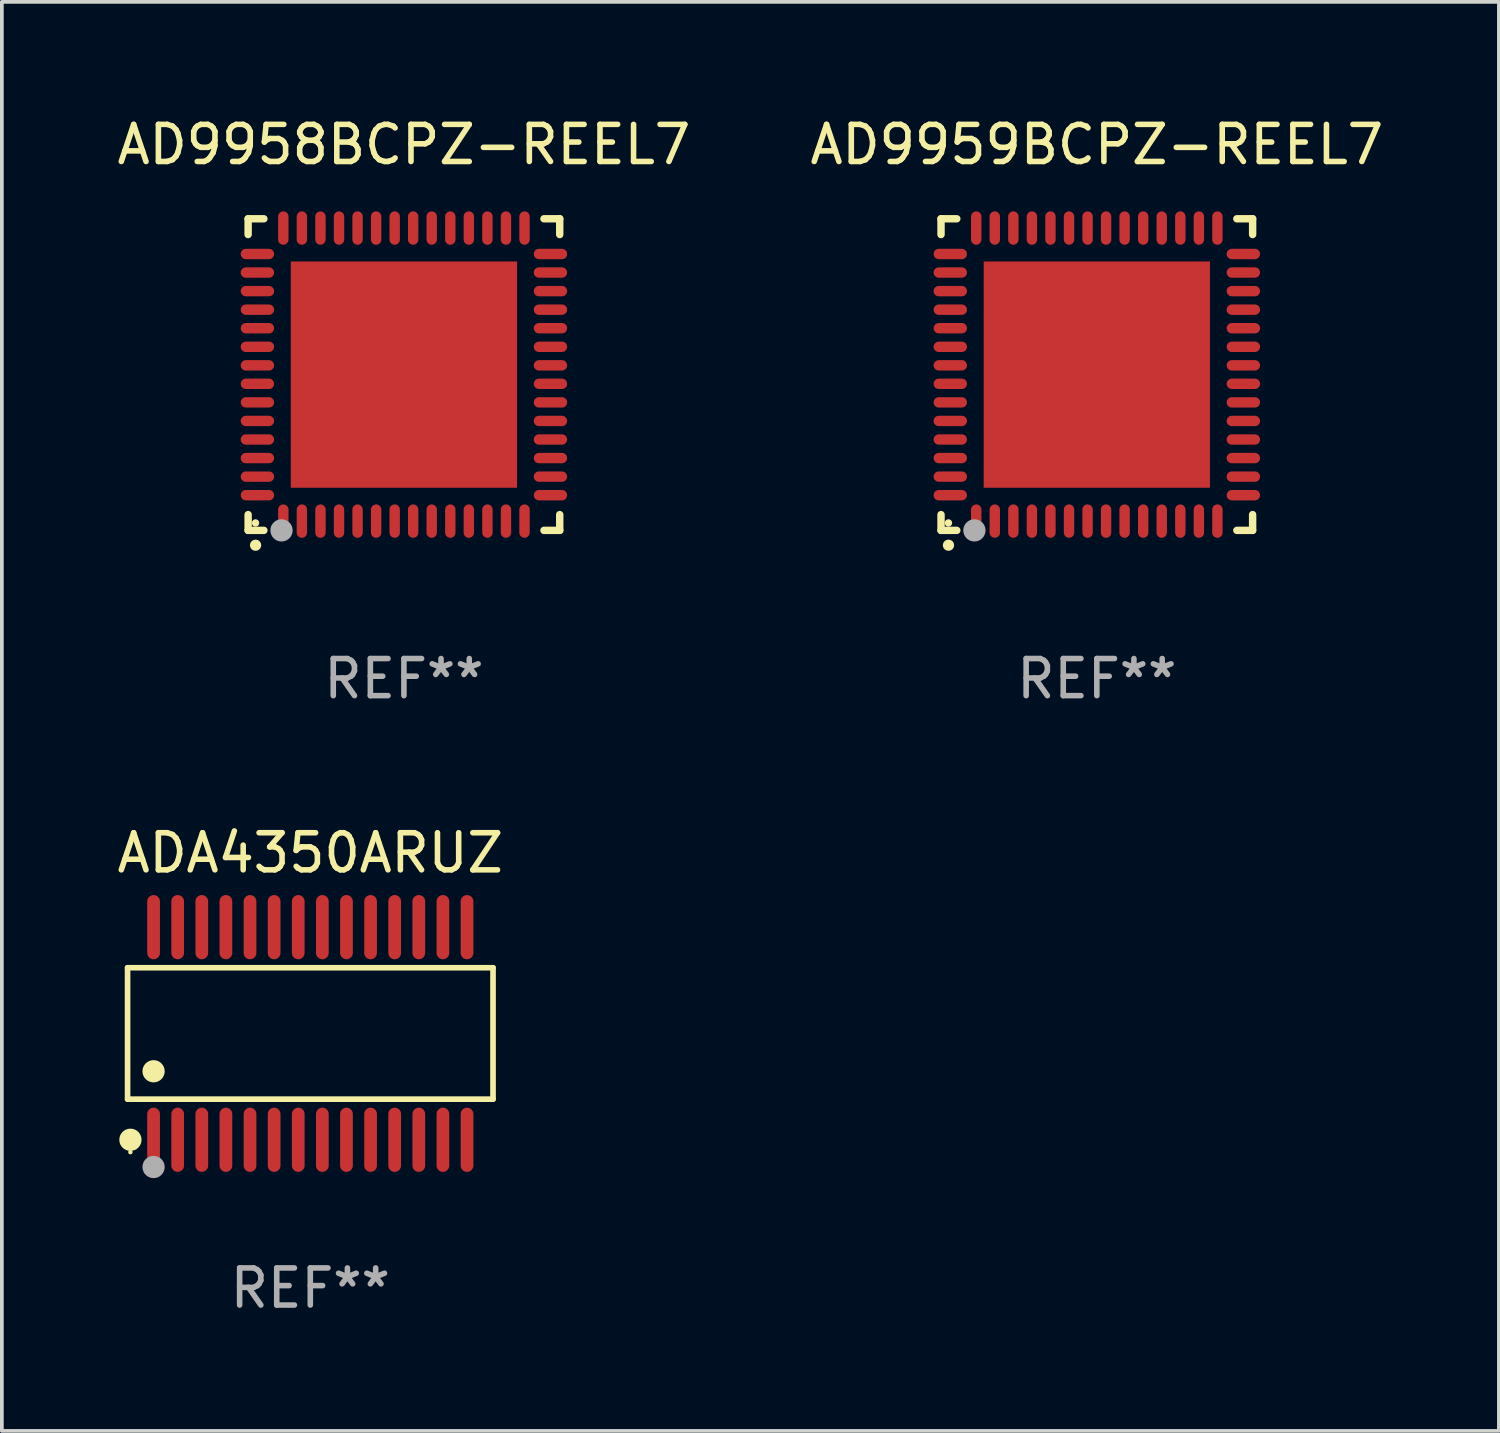
<source format=kicad_pcb>
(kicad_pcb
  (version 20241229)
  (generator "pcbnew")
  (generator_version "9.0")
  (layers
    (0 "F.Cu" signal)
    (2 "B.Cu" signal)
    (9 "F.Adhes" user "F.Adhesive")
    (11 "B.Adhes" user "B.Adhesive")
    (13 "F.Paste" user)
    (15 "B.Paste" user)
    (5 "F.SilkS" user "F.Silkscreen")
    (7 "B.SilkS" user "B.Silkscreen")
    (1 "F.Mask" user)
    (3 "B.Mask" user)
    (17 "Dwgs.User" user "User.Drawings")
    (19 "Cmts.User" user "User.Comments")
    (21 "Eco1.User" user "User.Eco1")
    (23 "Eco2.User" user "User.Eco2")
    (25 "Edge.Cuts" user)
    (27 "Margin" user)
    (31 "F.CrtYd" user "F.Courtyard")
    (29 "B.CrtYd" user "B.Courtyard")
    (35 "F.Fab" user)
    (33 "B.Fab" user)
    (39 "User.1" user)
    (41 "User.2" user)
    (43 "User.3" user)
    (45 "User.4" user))
  (footprint "ADA4350ARUZ"
    (layer "F.Cu")
    (at 5.315 24.81)
    (property "Reference" "ADA4350ARUZ" (at 0 -4.866 0) (layer "F.SilkS") (effects (font (size 1 1) (thickness 0.15))))
    (attr through_hole)
    (fp_line (start -4.926 -1.772) (end 4.926 -1.772) (stroke (width 0.152) (type solid)) (layer "F.SilkS"))
    (fp_line (start -4.926 1.771) (end -4.926 -1.772) (stroke (width 0.152) (type solid)) (layer "F.SilkS"))
    (fp_line (start 4.926 -1.772) (end 4.926 1.771) (stroke (width 0.152) (type solid)) (layer "F.SilkS"))
    (fp_line (start 4.926 1.771) (end -4.926 1.771) (stroke (width 0.152) (type solid)) (layer "F.SilkS"))
    (fp_circle (center -4.85 3.2) (end -4.82 3.2) (stroke (width 0.06) (type solid)) (fill no) (layer "F.SilkS"))
    (fp_circle (center -4.849 2.866) (end -4.699 2.866) (stroke (width 0.3) (type solid)) (fill no) (layer "F.SilkS"))
    (fp_circle (center -4.225 1.019) (end -4.075 1.019) (stroke (width 0.3) (type solid)) (fill no) (layer "F.SilkS"))
    (fp_circle (center -4.225 3.6) (end -4.075 3.6) (stroke (width 0.3) (type solid)) (fill no) (layer "F.Fab"))
    (fp_text user "REF**" (at 0 6.866 0) (layer "F.Fab") (effects (font (size 1 1) (thickness 0.15))))
    (pad "1" smd oval (at -4.225 2.866) (size 0.343 1.731) (layers "F.Cu" "F.Mask" "F.Paste"))
    (pad "2" smd oval (at -3.575 2.866) (size 0.343 1.731) (layers "F.Cu" "F.Mask" "F.Paste"))
    (pad "3" smd oval (at -2.925 2.866) (size 0.343 1.731) (layers "F.Cu" "F.Mask" "F.Paste"))
    (pad "4" smd oval (at -2.275 2.866) (size 0.343 1.731) (layers "F.Cu" "F.Mask" "F.Paste"))
    (pad "5" smd oval (at -1.625 2.866) (size 0.343 1.731) (layers "F.Cu" "F.Mask" "F.Paste"))
    (pad "6" smd oval (at -0.975 2.866) (size 0.343 1.731) (layers "F.Cu" "F.Mask" "F.Paste"))
    (pad "7" smd oval (at -0.325 2.866) (size 0.343 1.731) (layers "F.Cu" "F.Mask" "F.Paste"))
    (pad "8" smd oval (at 0.325 2.866) (size 0.343 1.731) (layers "F.Cu" "F.Mask" "F.Paste"))
    (pad "9" smd oval (at 0.975 2.866) (size 0.343 1.731) (layers "F.Cu" "F.Mask" "F.Paste"))
    (pad "10" smd oval (at 1.625 2.866) (size 0.343 1.731) (layers "F.Cu" "F.Mask" "F.Paste"))
    (pad "11" smd oval (at 2.275 2.866) (size 0.343 1.731) (layers "F.Cu" "F.Mask" "F.Paste"))
    (pad "12" smd oval (at 2.925 2.866) (size 0.343 1.731) (layers "F.Cu" "F.Mask" "F.Paste"))
    (pad "13" smd oval (at 3.575 2.866) (size 0.343 1.731) (layers "F.Cu" "F.Mask" "F.Paste"))
    (pad "14" smd oval (at 4.225 2.866) (size 0.343 1.731) (layers "F.Cu" "F.Mask" "F.Paste"))
    (pad "15" smd oval (at 4.225 -2.866) (size 0.343 1.731) (layers "F.Cu" "F.Mask" "F.Paste"))
    (pad "16" smd oval (at 3.575 -2.866) (size 0.343 1.731) (layers "F.Cu" "F.Mask" "F.Paste"))
    (pad "17" smd oval (at 2.925 -2.866) (size 0.343 1.731) (layers "F.Cu" "F.Mask" "F.Paste"))
    (pad "18" smd oval (at 2.275 -2.866) (size 0.343 1.731) (layers "F.Cu" "F.Mask" "F.Paste"))
    (pad "19" smd oval (at 1.625 -2.866) (size 0.343 1.731) (layers "F.Cu" "F.Mask" "F.Paste"))
    (pad "20" smd oval (at 0.975 -2.866) (size 0.343 1.731) (layers "F.Cu" "F.Mask" "F.Paste"))
    (pad "21" smd oval (at 0.325 -2.866) (size 0.343 1.731) (layers "F.Cu" "F.Mask" "F.Paste"))
    (pad "22" smd oval (at -0.325 -2.866) (size 0.343 1.731) (layers "F.Cu" "F.Mask" "F.Paste"))
    (pad "23" smd oval (at -0.975 -2.866) (size 0.343 1.731) (layers "F.Cu" "F.Mask" "F.Paste"))
    (pad "24" smd oval (at -1.625 -2.866) (size 0.343 1.731) (layers "F.Cu" "F.Mask" "F.Paste"))
    (pad "25" smd oval (at -2.275 -2.866) (size 0.343 1.731) (layers "F.Cu" "F.Mask" "F.Paste"))
    (pad "26" smd oval (at -2.925 -2.866) (size 0.343 1.731) (layers "F.Cu" "F.Mask" "F.Paste"))
    (pad "27" smd oval (at -3.575 -2.866) (size 0.343 1.731) (layers "F.Cu" "F.Mask" "F.Paste"))
    (pad "28" smd oval (at -4.225 -2.866) (size 0.343 1.731) (layers "F.Cu" "F.Mask" "F.Paste")))
  (footprint "AD9959BCPZ-REEL7"
    (layer "F.Cu")
    (at 26.518 7.048)
    (property "Reference" "AD9959BCPZ-REEL7" (at 0 -6.2 0) (layer "F.SilkS") (effects (font (size 1 1) (thickness 0.15))))
    (attr through_hole)
    (fp_line (start -4.2 -4.2) (end -4.2 -3.775) (stroke (width 0.2) (type solid)) (layer "F.SilkS"))
    (fp_line (start -4.2 4.2) (end -4.2 3.775) (stroke (width 0.2) (type solid)) (layer "F.SilkS"))
    (fp_line (start -3.775 -4.2) (end -4.2 -4.2) (stroke (width 0.2) (type solid)) (layer "F.SilkS"))
    (fp_line (start -3.775 4.2) (end -4.2 4.2) (stroke (width 0.2) (type solid)) (layer "F.SilkS"))
    (fp_line (start 3.775 4.2) (end 4.2 4.2) (stroke (width 0.2) (type solid)) (layer "F.SilkS"))
    (fp_line (start 4.2 -4.2) (end 3.775 -4.2) (stroke (width 0.2) (type solid)) (layer "F.SilkS"))
    (fp_line (start 4.2 -3.775) (end 4.2 -4.2) (stroke (width 0.2) (type solid)) (layer "F.SilkS"))
    (fp_line (start 4.2 4.2) (end 4.2 3.775) (stroke (width 0.2) (type solid)) (layer "F.SilkS"))
    (fp_arc (start -4.000508 4.599949) (mid -3.999238 4.599944) (end -3.997968 4.599949) (stroke (width 0.3) (type solid)) (layer "F.SilkS"))
    (fp_circle (center -4 4) (end -3.95 4) (stroke (width 0.1) (type solid)) (fill no) (layer "F.SilkS"))
    (fp_circle (center -3.3 4.2) (end -3.15 4.2) (stroke (width 0.3) (type solid)) (fill no) (layer "F.Fab"))
    (fp_text user "REF**" (at 0 8.2 0) (layer "F.Fab") (effects (font (size 1 1) (thickness 0.15))))
    (pad "1" smd oval (at -3.251 3.95 180) (size 0.28 0.9) (layers "F.Cu" "F.Mask" "F.Paste"))
    (pad "2" smd oval (at -2.751 3.95 180) (size 0.28 0.9) (layers "F.Cu" "F.Mask" "F.Paste"))
    (pad "3" smd oval (at -2.25 3.95 180) (size 0.28 0.9) (layers "F.Cu" "F.Mask" "F.Paste"))
    (pad "4" smd oval (at -1.75 3.95 180) (size 0.28 0.9) (layers "F.Cu" "F.Mask" "F.Paste"))
    (pad "5" smd oval (at -1.25 3.95 180) (size 0.28 0.9) (layers "F.Cu" "F.Mask" "F.Paste"))
    (pad "6" smd oval (at -0.749 3.95 180) (size 0.28 0.9) (layers "F.Cu" "F.Mask" "F.Paste"))
    (pad "7" smd oval (at -0.249 3.95 180) (size 0.28 0.9) (layers "F.Cu" "F.Mask" "F.Paste"))
    (pad "8" smd oval (at 0.249 3.95 180) (size 0.28 0.9) (layers "F.Cu" "F.Mask" "F.Paste"))
    (pad "9" smd oval (at 0.749 3.95 180) (size 0.28 0.9) (layers "F.Cu" "F.Mask" "F.Paste"))
    (pad "10" smd oval (at 1.25 3.95 180) (size 0.28 0.9) (layers "F.Cu" "F.Mask" "F.Paste"))
    (pad "11" smd oval (at 1.75 3.95 180) (size 0.28 0.9) (layers "F.Cu" "F.Mask" "F.Paste"))
    (pad "12" smd oval (at 2.251 3.95 180) (size 0.28 0.9) (layers "F.Cu" "F.Mask" "F.Paste"))
    (pad "13" smd oval (at 2.751 3.95 180) (size 0.28 0.9) (layers "F.Cu" "F.Mask" "F.Paste"))
    (pad "14" smd oval (at 3.251 3.95 180) (size 0.28 0.9) (layers "F.Cu" "F.Mask" "F.Paste"))
    (pad "15" smd oval (at 3.95 3.251 90) (size 0.28 0.9) (layers "F.Cu" "F.Mask" "F.Paste"))
    (pad "16" smd oval (at 3.95 2.751 90) (size 0.28 0.9) (layers "F.Cu" "F.Mask" "F.Paste"))
    (pad "17" smd oval (at 3.95 2.251 90) (size 0.28 0.9) (layers "F.Cu" "F.Mask" "F.Paste"))
    (pad "18" smd oval (at 3.95 1.75 90) (size 0.28 0.9) (layers "F.Cu" "F.Mask" "F.Paste"))
    (pad "19" smd oval (at 3.95 1.25 90) (size 0.28 0.9) (layers "F.Cu" "F.Mask" "F.Paste"))
    (pad "20" smd oval (at 3.95 0.749 90) (size 0.28 0.9) (layers "F.Cu" "F.Mask" "F.Paste"))
    (pad "21" smd oval (at 3.95 0.249 90) (size 0.28 0.9) (layers "F.Cu" "F.Mask" "F.Paste"))
    (pad "22" smd oval (at 3.95 -0.249 90) (size 0.28 0.9) (layers "F.Cu" "F.Mask" "F.Paste"))
    (pad "23" smd oval (at 3.95 -0.749 90) (size 0.28 0.9) (layers "F.Cu" "F.Mask" "F.Paste"))
    (pad "24" smd oval (at 3.95 -1.25 90) (size 0.28 0.9) (layers "F.Cu" "F.Mask" "F.Paste"))
    (pad "25" smd oval (at 3.95 -1.75 90) (size 0.28 0.9) (layers "F.Cu" "F.Mask" "F.Paste"))
    (pad "26" smd oval (at 3.95 -2.25 90) (size 0.28 0.9) (layers "F.Cu" "F.Mask" "F.Paste"))
    (pad "27" smd oval (at 3.95 -2.751 90) (size 0.28 0.9) (layers "F.Cu" "F.Mask" "F.Paste"))
    (pad "28" smd oval (at 3.95 -3.251 90) (size 0.28 0.9) (layers "F.Cu" "F.Mask" "F.Paste"))
    (pad "29" smd oval (at 3.251 -3.95 180) (size 0.28 0.9) (layers "F.Cu" "F.Mask" "F.Paste"))
    (pad "30" smd oval (at 2.751 -3.95 180) (size 0.28 0.9) (layers "F.Cu" "F.Mask" "F.Paste"))
    (pad "31" smd oval (at 2.251 -3.95 180) (size 0.28 0.9) (layers "F.Cu" "F.Mask" "F.Paste"))
    (pad "32" smd oval (at 1.75 -3.95 180) (size 0.28 0.9) (layers "F.Cu" "F.Mask" "F.Paste"))
    (pad "33" smd oval (at 1.25 -3.95 180) (size 0.28 0.9) (layers "F.Cu" "F.Mask" "F.Paste"))
    (pad "34" smd oval (at 0.749 -3.95 180) (size 0.28 0.9) (layers "F.Cu" "F.Mask" "F.Paste"))
    (pad "35" smd oval (at 0.249 -3.95 180) (size 0.28 0.9) (layers "F.Cu" "F.Mask" "F.Paste"))
    (pad "36" smd oval (at -0.249 -3.95 180) (size 0.28 0.9) (layers "F.Cu" "F.Mask" "F.Paste"))
    (pad "37" smd oval (at -0.749 -3.95 180) (size 0.28 0.9) (layers "F.Cu" "F.Mask" "F.Paste"))
    (pad "38" smd oval (at -1.25 -3.95 180) (size 0.28 0.9) (layers "F.Cu" "F.Mask" "F.Paste"))
    (pad "39" smd oval (at -1.75 -3.95 180) (size 0.28 0.9) (layers "F.Cu" "F.Mask" "F.Paste"))
    (pad "40" smd oval (at -2.25 -3.95 180) (size 0.28 0.9) (layers "F.Cu" "F.Mask" "F.Paste"))
    (pad "41" smd oval (at -2.751 -3.95 180) (size 0.28 0.9) (layers "F.Cu" "F.Mask" "F.Paste"))
    (pad "42" smd oval (at -3.251 -3.95 180) (size 0.28 0.9) (layers "F.Cu" "F.Mask" "F.Paste"))
    (pad "43" smd oval (at -3.95 -3.251 90) (size 0.28 0.9) (layers "F.Cu" "F.Mask" "F.Paste"))
    (pad "44" smd oval (at -3.95 -2.751 90) (size 0.28 0.9) (layers "F.Cu" "F.Mask" "F.Paste"))
    (pad "45" smd oval (at -3.95 -2.25 90) (size 0.28 0.9) (layers "F.Cu" "F.Mask" "F.Paste"))
    (pad "46" smd oval (at -3.95 -1.75 90) (size 0.28 0.9) (layers "F.Cu" "F.Mask" "F.Paste"))
    (pad "47" smd oval (at -3.95 -1.25 90) (size 0.28 0.9) (layers "F.Cu" "F.Mask" "F.Paste"))
    (pad "48" smd oval (at -3.95 -0.749 90) (size 0.28 0.9) (layers "F.Cu" "F.Mask" "F.Paste"))
    (pad "49" smd oval (at -3.95 -0.249 90) (size 0.28 0.9) (layers "F.Cu" "F.Mask" "F.Paste"))
    (pad "50" smd oval (at -3.95 0.249 90) (size 0.28 0.9) (layers "F.Cu" "F.Mask" "F.Paste"))
    (pad "51" smd oval (at -3.95 0.749 90) (size 0.28 0.9) (layers "F.Cu" "F.Mask" "F.Paste"))
    (pad "52" smd oval (at -3.95 1.25 90) (size 0.28 0.9) (layers "F.Cu" "F.Mask" "F.Paste"))
    (pad "53" smd oval (at -3.95 1.75 90) (size 0.28 0.9) (layers "F.Cu" "F.Mask" "F.Paste"))
    (pad "54" smd oval (at -3.95 2.251 90) (size 0.28 0.9) (layers "F.Cu" "F.Mask" "F.Paste"))
    (pad "55" smd oval (at -3.95 2.751 90) (size 0.28 0.9) (layers "F.Cu" "F.Mask" "F.Paste"))
    (pad "56" smd oval (at -3.95 3.251 90) (size 0.28 0.9) (layers "F.Cu" "F.Mask" "F.Paste"))
    (pad "57" smd rect (at 0.000076 0.000076 90) (size 6.1 6.1) (layers "F.Cu" "F.Mask" "F.Paste")))
  (footprint "AD9958BCPZ-REEL7"
    (layer "F.Cu")
    (at 7.839 7.048)
    (property "Reference" "AD9958BCPZ-REEL7" (at 0 -6.2 0) (layer "F.SilkS") (effects (font (size 1 1) (thickness 0.15))))
    (attr through_hole)
    (fp_line (start -4.2 -4.2) (end -4.2 -3.775) (stroke (width 0.2) (type solid)) (layer "F.SilkS"))
    (fp_line (start -4.2 4.2) (end -4.2 3.775) (stroke (width 0.2) (type solid)) (layer "F.SilkS"))
    (fp_line (start -3.775 -4.2) (end -4.2 -4.2) (stroke (width 0.2) (type solid)) (layer "F.SilkS"))
    (fp_line (start -3.775 4.2) (end -4.2 4.2) (stroke (width 0.2) (type solid)) (layer "F.SilkS"))
    (fp_line (start 3.775 4.2) (end 4.2 4.2) (stroke (width 0.2) (type solid)) (layer "F.SilkS"))
    (fp_line (start 4.2 -4.2) (end 3.775 -4.2) (stroke (width 0.2) (type solid)) (layer "F.SilkS"))
    (fp_line (start 4.2 -3.775) (end 4.2 -4.2) (stroke (width 0.2) (type solid)) (layer "F.SilkS"))
    (fp_line (start 4.2 4.2) (end 4.2 3.775) (stroke (width 0.2) (type solid)) (layer "F.SilkS"))
    (fp_arc (start -4.000508 4.599949) (mid -3.999238 4.599944) (end -3.997968 4.599949) (stroke (width 0.3) (type solid)) (layer "F.SilkS"))
    (fp_circle (center -4 4) (end -3.95 4) (stroke (width 0.1) (type solid)) (fill no) (layer "F.SilkS"))
    (fp_circle (center -3.3 4.2) (end -3.15 4.2) (stroke (width 0.3) (type solid)) (fill no) (layer "F.Fab"))
    (fp_text user "REF**" (at 0 8.2 0) (layer "F.Fab") (effects (font (size 1 1) (thickness 0.15))))
    (pad "1" smd oval (at -3.251 3.95 180) (size 0.28 0.9) (layers "F.Cu" "F.Mask" "F.Paste"))
    (pad "2" smd oval (at -2.751 3.95 180) (size 0.28 0.9) (layers "F.Cu" "F.Mask" "F.Paste"))
    (pad "3" smd oval (at -2.25 3.95 180) (size 0.28 0.9) (layers "F.Cu" "F.Mask" "F.Paste"))
    (pad "4" smd oval (at -1.75 3.95 180) (size 0.28 0.9) (layers "F.Cu" "F.Mask" "F.Paste"))
    (pad "5" smd oval (at -1.25 3.95 180) (size 0.28 0.9) (layers "F.Cu" "F.Mask" "F.Paste"))
    (pad "6" smd oval (at -0.749 3.95 180) (size 0.28 0.9) (layers "F.Cu" "F.Mask" "F.Paste"))
    (pad "7" smd oval (at -0.249 3.95 180) (size 0.28 0.9) (layers "F.Cu" "F.Mask" "F.Paste"))
    (pad "8" smd oval (at 0.249 3.95 180) (size 0.28 0.9) (layers "F.Cu" "F.Mask" "F.Paste"))
    (pad "9" smd oval (at 0.749 3.95 180) (size 0.28 0.9) (layers "F.Cu" "F.Mask" "F.Paste"))
    (pad "10" smd oval (at 1.25 3.95 180) (size 0.28 0.9) (layers "F.Cu" "F.Mask" "F.Paste"))
    (pad "11" smd oval (at 1.75 3.95 180) (size 0.28 0.9) (layers "F.Cu" "F.Mask" "F.Paste"))
    (pad "12" smd oval (at 2.251 3.95 180) (size 0.28 0.9) (layers "F.Cu" "F.Mask" "F.Paste"))
    (pad "13" smd oval (at 2.751 3.95 180) (size 0.28 0.9) (layers "F.Cu" "F.Mask" "F.Paste"))
    (pad "14" smd oval (at 3.251 3.95 180) (size 0.28 0.9) (layers "F.Cu" "F.Mask" "F.Paste"))
    (pad "15" smd oval (at 3.95 3.251 90) (size 0.28 0.9) (layers "F.Cu" "F.Mask" "F.Paste"))
    (pad "16" smd oval (at 3.95 2.751 90) (size 0.28 0.9) (layers "F.Cu" "F.Mask" "F.Paste"))
    (pad "17" smd oval (at 3.95 2.251 90) (size 0.28 0.9) (layers "F.Cu" "F.Mask" "F.Paste"))
    (pad "18" smd oval (at 3.95 1.75 90) (size 0.28 0.9) (layers "F.Cu" "F.Mask" "F.Paste"))
    (pad "19" smd oval (at 3.95 1.25 90) (size 0.28 0.9) (layers "F.Cu" "F.Mask" "F.Paste"))
    (pad "20" smd oval (at 3.95 0.749 90) (size 0.28 0.9) (layers "F.Cu" "F.Mask" "F.Paste"))
    (pad "21" smd oval (at 3.95 0.249 90) (size 0.28 0.9) (layers "F.Cu" "F.Mask" "F.Paste"))
    (pad "22" smd oval (at 3.95 -0.249 90) (size 0.28 0.9) (layers "F.Cu" "F.Mask" "F.Paste"))
    (pad "23" smd oval (at 3.95 -0.749 90) (size 0.28 0.9) (layers "F.Cu" "F.Mask" "F.Paste"))
    (pad "24" smd oval (at 3.95 -1.25 90) (size 0.28 0.9) (layers "F.Cu" "F.Mask" "F.Paste"))
    (pad "25" smd oval (at 3.95 -1.75 90) (size 0.28 0.9) (layers "F.Cu" "F.Mask" "F.Paste"))
    (pad "26" smd oval (at 3.95 -2.25 90) (size 0.28 0.9) (layers "F.Cu" "F.Mask" "F.Paste"))
    (pad "27" smd oval (at 3.95 -2.751 90) (size 0.28 0.9) (layers "F.Cu" "F.Mask" "F.Paste"))
    (pad "28" smd oval (at 3.95 -3.251 90) (size 0.28 0.9) (layers "F.Cu" "F.Mask" "F.Paste"))
    (pad "29" smd oval (at 3.251 -3.95 180) (size 0.28 0.9) (layers "F.Cu" "F.Mask" "F.Paste"))
    (pad "30" smd oval (at 2.751 -3.95 180) (size 0.28 0.9) (layers "F.Cu" "F.Mask" "F.Paste"))
    (pad "31" smd oval (at 2.251 -3.95 180) (size 0.28 0.9) (layers "F.Cu" "F.Mask" "F.Paste"))
    (pad "32" smd oval (at 1.75 -3.95 180) (size 0.28 0.9) (layers "F.Cu" "F.Mask" "F.Paste"))
    (pad "33" smd oval (at 1.25 -3.95 180) (size 0.28 0.9) (layers "F.Cu" "F.Mask" "F.Paste"))
    (pad "34" smd oval (at 0.749 -3.95 180) (size 0.28 0.9) (layers "F.Cu" "F.Mask" "F.Paste"))
    (pad "35" smd oval (at 0.249 -3.95 180) (size 0.28 0.9) (layers "F.Cu" "F.Mask" "F.Paste"))
    (pad "36" smd oval (at -0.249 -3.95 180) (size 0.28 0.9) (layers "F.Cu" "F.Mask" "F.Paste"))
    (pad "37" smd oval (at -0.749 -3.95 180) (size 0.28 0.9) (layers "F.Cu" "F.Mask" "F.Paste"))
    (pad "38" smd oval (at -1.25 -3.95 180) (size 0.28 0.9) (layers "F.Cu" "F.Mask" "F.Paste"))
    (pad "39" smd oval (at -1.75 -3.95 180) (size 0.28 0.9) (layers "F.Cu" "F.Mask" "F.Paste"))
    (pad "40" smd oval (at -2.25 -3.95 180) (size 0.28 0.9) (layers "F.Cu" "F.Mask" "F.Paste"))
    (pad "41" smd oval (at -2.751 -3.95 180) (size 0.28 0.9) (layers "F.Cu" "F.Mask" "F.Paste"))
    (pad "42" smd oval (at -3.251 -3.95 180) (size 0.28 0.9) (layers "F.Cu" "F.Mask" "F.Paste"))
    (pad "43" smd oval (at -3.95 -3.251 90) (size 0.28 0.9) (layers "F.Cu" "F.Mask" "F.Paste"))
    (pad "44" smd oval (at -3.95 -2.751 90) (size 0.28 0.9) (layers "F.Cu" "F.Mask" "F.Paste"))
    (pad "45" smd oval (at -3.95 -2.25 90) (size 0.28 0.9) (layers "F.Cu" "F.Mask" "F.Paste"))
    (pad "46" smd oval (at -3.95 -1.75 90) (size 0.28 0.9) (layers "F.Cu" "F.Mask" "F.Paste"))
    (pad "47" smd oval (at -3.95 -1.25 90) (size 0.28 0.9) (layers "F.Cu" "F.Mask" "F.Paste"))
    (pad "48" smd oval (at -3.95 -0.749 90) (size 0.28 0.9) (layers "F.Cu" "F.Mask" "F.Paste"))
    (pad "49" smd oval (at -3.95 -0.249 90) (size 0.28 0.9) (layers "F.Cu" "F.Mask" "F.Paste"))
    (pad "50" smd oval (at -3.95 0.249 90) (size 0.28 0.9) (layers "F.Cu" "F.Mask" "F.Paste"))
    (pad "51" smd oval (at -3.95 0.749 90) (size 0.28 0.9) (layers "F.Cu" "F.Mask" "F.Paste"))
    (pad "52" smd oval (at -3.95 1.25 90) (size 0.28 0.9) (layers "F.Cu" "F.Mask" "F.Paste"))
    (pad "53" smd oval (at -3.95 1.75 90) (size 0.28 0.9) (layers "F.Cu" "F.Mask" "F.Paste"))
    (pad "54" smd oval (at -3.95 2.251 90) (size 0.28 0.9) (layers "F.Cu" "F.Mask" "F.Paste"))
    (pad "55" smd oval (at -3.95 2.751 90) (size 0.28 0.9) (layers "F.Cu" "F.Mask" "F.Paste"))
    (pad "56" smd oval (at -3.95 3.251 90) (size 0.28 0.9) (layers "F.Cu" "F.Mask" "F.Paste"))
    (pad "57" smd rect (at 0.000076 0.000076 90) (size 6.1 6.1) (layers "F.Cu" "F.Mask" "F.Paste")))
  (gr_rect
    (start -3 -3)
    (end 37.357 35.524)
    (stroke (width 0.1) (type default))
    (fill no)
    (layer "Edge.Cuts")))
</source>
